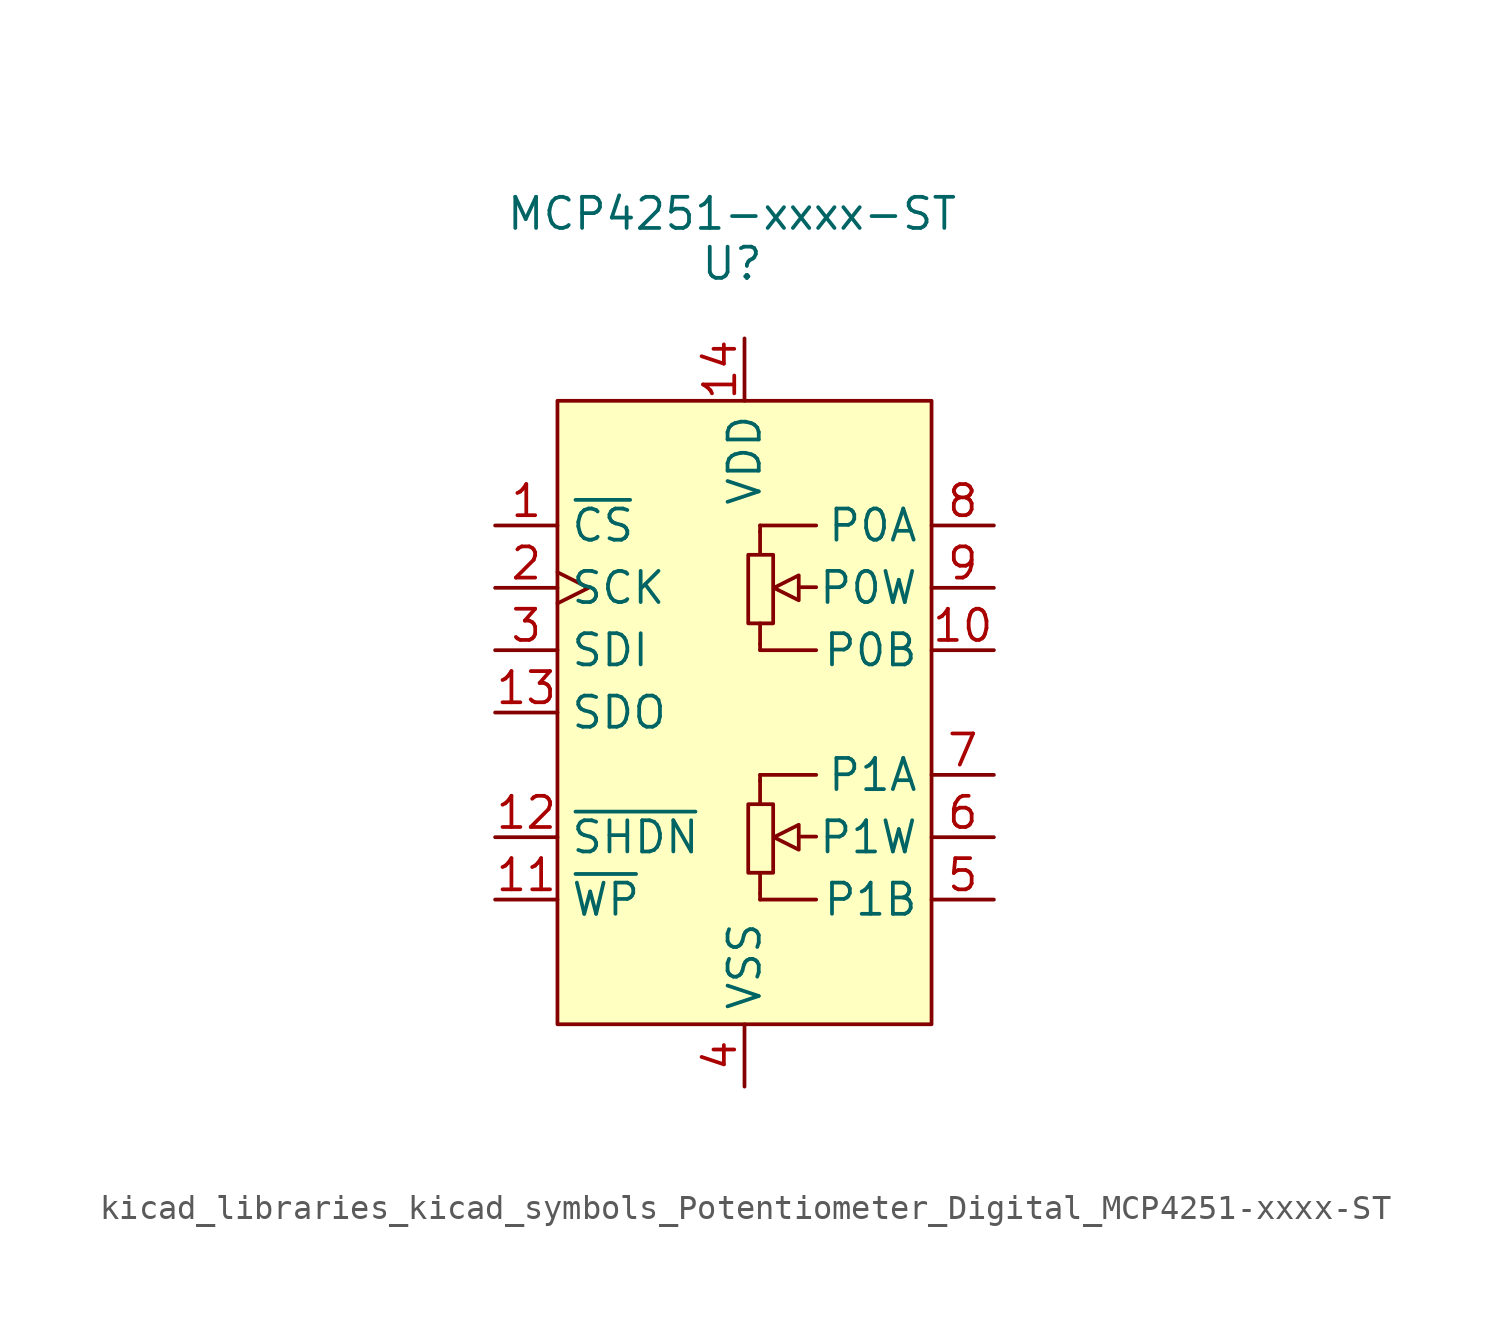
<source format=kicad_sym>
(kicad_symbol_lib
  (version 20220914)
  (generator kicad_symbol_editor)
  (symbol "kicad_libraries_kicad_symbols_Potentiometer_Digital_MCP4251-xxxx-ST"
    (property "Reference" "U"
      (at -0.508 18.288 0)
      (effects (font (size 1.27 1.27))))
    (property "Value" "MCP4251-xxxx-ST"
      (at -0.508 20.32 0)
      (effects (font (size 1.27 1.27))))
    (symbol "kicad_libraries_kicad_symbols_Potentiometer_Digital_MCP4251-xxxx-ST_1_1"
      (polyline (pts (xy 0.635 -7.366) (xy 0.635 -6.528)) (stroke (width 0) (type default)) (fill (type none)))
      (polyline (pts (xy 0.635 -2.769) (xy 0.635 -3.708)) (stroke (width 0) (type default)) (fill (type none)))
      (polyline (pts (xy 0.635 2.794) (xy 0.635 3.632)) (stroke (width 0) (type default)) (fill (type none)))
      (polyline (pts (xy 0.635 7.391) (xy 0.635 6.452)) (stroke (width 0) (type default)) (fill (type none)))
      (polyline (pts (xy 2.21 -5.055) (xy 2.921 -5.055)) (stroke (width 0) (type default)) (fill (type none)))
      (polyline (pts (xy 2.21 5.105) (xy 2.921 5.105)) (stroke (width 0) (type default)) (fill (type none)))
      (polyline (pts (xy 0.635 -7.62) (xy 0.635 -7.366) (xy 0.635 -7.366)) (stroke (width 0) (type default)) (fill (type background)))
      (polyline (pts (xy 0.635 -7.62) (xy 2.921 -7.62) (xy 2.921 -7.62)) (stroke (width 0) (type default)) (fill (type background)))
      (polyline (pts (xy 0.635 -2.54) (xy 0.635 -2.794) (xy 0.635 -2.794)) (stroke (width 0) (type default)) (fill (type none)))
      (polyline (pts (xy 0.635 -2.54) (xy 2.921 -2.54) (xy 2.921 -2.54)) (stroke (width 0) (type default)) (fill (type background)))
      (polyline (pts (xy 0.635 2.54) (xy 0.635 2.794) (xy 0.635 2.794)) (stroke (width 0) (type default)) (fill (type background)))
      (polyline (pts (xy 0.635 2.54) (xy 2.921 2.54) (xy 2.921 2.54)) (stroke (width 0) (type default)) (fill (type background)))
      (polyline (pts (xy 0.635 7.62) (xy 0.635 7.366) (xy 0.635 7.366)) (stroke (width 0) (type default)) (fill (type none)))
      (polyline (pts (xy 0.635 7.62) (xy 2.921 7.62) (xy 2.921 7.62)) (stroke (width 0) (type default)) (fill (type background)))
      (polyline (pts (xy 2.21 -4.572) (xy 2.21 -5.588) (xy 1.194 -5.08) (xy 2.21 -4.572) (xy 2.21 -4.572)) (stroke (width 0) (type default)) (fill (type background)))
      (polyline (pts (xy 2.21 5.588) (xy 2.21 4.572) (xy 1.194 5.08) (xy 2.21 5.588) (xy 2.21 5.588)) (stroke (width 0) (type default)) (fill (type background)))
      (polyline (pts (xy 0 12.7) (xy 7.62 12.7) (xy 7.62 0) (xy 7.62 -12.7) (xy -7.62 -12.7) (xy -7.62 12.7) (xy 0 12.7)) (stroke (width 0) (type default)) (fill (type background)))
      (rectangle (start 0.152 -3.734) (end 1.168 -6.528) (stroke (width 0) (type default)) (fill (type none)))
      (rectangle (start 0.152 6.426) (end 1.168 3.632) (stroke (width 0) (type default)) (fill (type none)))
      (pin input line (at -10.16 7.62 0) (length 2.54) (name "~{CS}" (effects (font (size 1.27 1.27)))) (number "1" (effects (font (size 1.27 1.27)))))
      (pin passive line (at 10.16 2.54 180) (length 2.54) (name "P0B" (effects (font (size 1.27 1.27)))) (number "10" (effects (font (size 1.27 1.27)))))
      (pin input line (at -10.16 -7.62 0) (length 2.54) (name "~{WP}" (effects (font (size 1.27 1.27)))) (number "11" (effects (font (size 1.27 1.27)))))
      (pin input line (at -10.16 -5.08 0) (length 2.54) (name "~{SHDN}" (effects (font (size 1.27 1.27)))) (number "12" (effects (font (size 1.27 1.27)))))
      (pin output line (at -10.16 0 0) (length 2.54) (name "SDO" (effects (font (size 1.27 1.27)))) (number "13" (effects (font (size 1.27 1.27)))))
      (pin power_in line (at 0 15.24 270) (length 2.54) (name "VDD" (effects (font (size 1.27 1.27)))) (number "14" (effects (font (size 1.27 1.27)))))
      (pin input clock (at -10.16 5.08 0) (length 2.54) (name "SCK" (effects (font (size 1.27 1.27)))) (number "2" (effects (font (size 1.27 1.27)))))
      (pin input line (at -10.16 2.54 0) (length 2.54) (name "SDI" (effects (font (size 1.27 1.27)))) (number "3" (effects (font (size 1.27 1.27)))))
      (pin power_in line (at 0 -15.24 90) (length 2.54) (name "VSS" (effects (font (size 1.27 1.27)))) (number "4" (effects (font (size 1.27 1.27)))))
      (pin passive line (at 10.16 -7.62 180) (length 2.54) (name "P1B" (effects (font (size 1.27 1.27)))) (number "5" (effects (font (size 1.27 1.27)))))
      (pin passive line (at 10.16 -5.08 180) (length 2.54) (name "P1W" (effects (font (size 1.27 1.27)))) (number "6" (effects (font (size 1.27 1.27)))))
      (pin passive line (at 10.16 -2.54 180) (length 2.54) (name "P1A" (effects (font (size 1.27 1.27)))) (number "7" (effects (font (size 1.27 1.27)))))
      (pin passive line (at 10.16 7.62 180) (length 2.54) (name "P0A" (effects (font (size 1.27 1.27)))) (number "8" (effects (font (size 1.27 1.27)))))
      (pin passive line (at 10.16 5.08 180) (length 2.54) (name "P0W" (effects (font (size 1.27 1.27)))) (number "9" (effects (font (size 1.27 1.27))))))))
</source>
